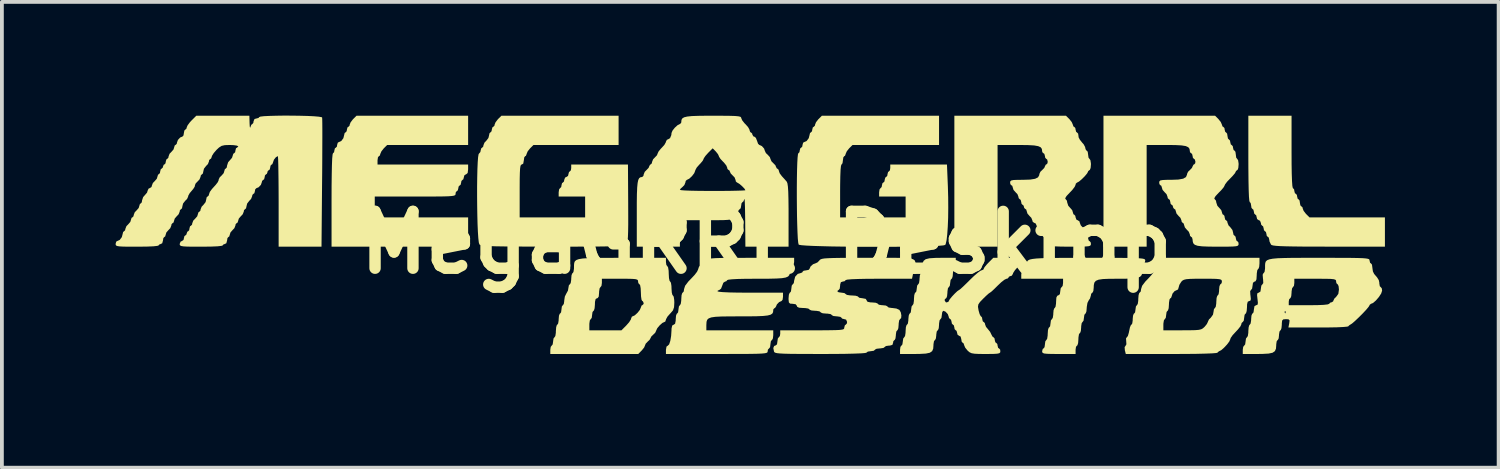
<source format=kicad_pcb>
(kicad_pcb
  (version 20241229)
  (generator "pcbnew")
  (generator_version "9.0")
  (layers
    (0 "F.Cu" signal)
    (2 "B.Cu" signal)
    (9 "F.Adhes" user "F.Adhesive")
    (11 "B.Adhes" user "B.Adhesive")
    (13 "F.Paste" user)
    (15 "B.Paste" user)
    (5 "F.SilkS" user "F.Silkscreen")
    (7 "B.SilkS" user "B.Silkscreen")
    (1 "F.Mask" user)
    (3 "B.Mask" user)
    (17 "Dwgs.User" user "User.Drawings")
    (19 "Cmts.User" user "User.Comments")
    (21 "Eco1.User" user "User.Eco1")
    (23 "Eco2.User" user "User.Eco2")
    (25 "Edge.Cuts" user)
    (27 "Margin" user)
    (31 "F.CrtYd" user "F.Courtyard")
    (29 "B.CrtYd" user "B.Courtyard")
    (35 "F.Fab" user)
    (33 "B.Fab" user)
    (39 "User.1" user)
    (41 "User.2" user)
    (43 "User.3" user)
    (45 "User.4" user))
  (footprint "MegaGRRL Desktop"
    (layer "F.Cu")
    (at 17.166 3.348)
    (property "Reference" "MegaGRRL Desktop" (at 0 0 0) (layer "F.SilkS") (effects (font (size 1.5 1.5) (thickness 0.3))))
    (attr board_only exclude_from_pos_files exclude_from_bom)
    (fp_poly (pts (xy 13.858 -2.389) (xy 13.859 -2.071) (xy 13.863 -1.814) (xy 13.87 -1.621) (xy 13.879 -1.494) (xy 13.891 -1.437) (xy 13.895 -1.434) (xy 13.925 -1.403) (xy 13.931 -1.36) (xy 13.947 -1.3) (xy 13.968 -1.287) (xy 13.998 -1.256) (xy 14.005 -1.213) (xy 14.02 -1.153) (xy 14.042 -1.14) (xy 14.069 -1.108) (xy 14.078 -1.048) (xy 14.091 -0.979) (xy 14.115 -0.956) (xy 14.148 -0.926) (xy 14.152 -0.899) (xy 14.176 -0.836) (xy 14.236 -0.758) (xy 14.242 -0.752) (xy 14.332 -0.662) (xy 15.327 -0.662) (xy 16.321 -0.662) (xy 16.321 -0.276) (xy 16.321 0.11) (xy 14.841 0.109) (xy 14.463 0.108) (xy 14.152 0.107) (xy 13.901 0.104) (xy 13.705 0.1) (xy 13.556 0.095) (xy 13.45 0.088) (xy 13.378 0.079) (xy 13.335 0.068) (xy 13.316 0.055) (xy 13.277 -0.025) (xy 13.27 -0.072) (xy 13.255 -0.133) (xy 13.233 -0.147) (xy 13.203 -0.178) (xy 13.196 -0.221) (xy 13.181 -0.28) (xy 13.159 -0.294) (xy 13.13 -0.325) (xy 13.123 -0.368) (xy 13.107 -0.427) (xy 13.086 -0.441) (xy 13.056 -0.472) (xy 13.049 -0.515) (xy 13.026 -0.574) (xy 12.994 -0.588) (xy 12.949 -0.619) (xy 12.939 -0.662) (xy 12.924 -0.721) (xy 12.902 -0.735) (xy 12.872 -0.766) (xy 12.865 -0.809) (xy 12.85 -0.868) (xy 12.829 -0.882) (xy 12.801 -0.914) (xy 12.792 -0.974) (xy 12.779 -1.043) (xy 12.755 -1.066) (xy 12.744 -1.102) (xy 12.734 -1.21) (xy 12.727 -1.386) (xy 12.722 -1.629) (xy 12.719 -1.936) (xy 12.718 -2.205) (xy 12.718 -3.345) (xy 13.288 -3.345) (xy 13.858 -3.345)) (stroke (width 0) (type solid)) (fill yes) (layer "F.SilkS"))
    (fp_poly (pts (xy -7.866 -2.959) (xy -7.866 -2.573) (xy -8.934 -2.573) (xy -10.002 -2.573) (xy -10.092 -2.483) (xy -10.153 -2.406) (xy -10.182 -2.34) (xy -10.182 -2.336) (xy -10.201 -2.286) (xy -10.219 -2.279) (xy -10.245 -2.247) (xy -10.256 -2.17) (xy -10.256 -2.169) (xy -10.256 -2.058) (xy -9.061 -2.058) (xy -7.866 -2.058) (xy -7.866 -1.93) (xy -7.878 -1.835) (xy -7.916 -1.801) (xy -7.921 -1.801) (xy -7.966 -1.771) (xy -7.977 -1.728) (xy -7.992 -1.668) (xy -8.013 -1.654) (xy -8.043 -1.623) (xy -8.05 -1.581) (xy -8.065 -1.521) (xy -8.087 -1.507) (xy -8.117 -1.476) (xy -8.124 -1.434) (xy -8.139 -1.374) (xy -8.16 -1.36) (xy -8.19 -1.329) (xy -8.197 -1.287) (xy -8.199 -1.265) (xy -8.211 -1.249) (xy -8.241 -1.236) (xy -8.295 -1.227) (xy -8.383 -1.22) (xy -8.512 -1.216) (xy -8.691 -1.214) (xy -8.926 -1.213) (xy -9.226 -1.213) (xy -9.263 -1.213) (xy -10.329 -1.213) (xy -10.329 -0.937) (xy -10.329 -0.662) (xy -9.098 -0.662) (xy -7.866 -0.662) (xy -7.866 -0.276) (xy -7.866 0.11) (xy -9.667 0.11) (xy -11.469 0.11) (xy -11.469 -1.121) (xy -11.468 -1.491) (xy -11.464 -1.798) (xy -11.459 -2.04) (xy -11.452 -2.214) (xy -11.442 -2.319) (xy -11.432 -2.353) (xy -11.402 -2.383) (xy -11.395 -2.426) (xy -11.38 -2.486) (xy -11.358 -2.5) (xy -11.328 -2.53) (xy -11.322 -2.573) (xy -11.305 -2.633) (xy -11.282 -2.647) (xy -11.213 -2.678) (xy -11.157 -2.752) (xy -11.138 -2.828) (xy -11.123 -2.889) (xy -11.101 -2.904) (xy -11.071 -2.935) (xy -11.064 -2.977) (xy -11.049 -3.037) (xy -11.027 -3.051) (xy -10.995 -3.081) (xy -10.991 -3.108) (xy -10.966 -3.171) (xy -10.907 -3.248) (xy -10.901 -3.255) (xy -10.81 -3.345) (xy -9.338 -3.345) (xy -7.866 -3.345)) (stroke (width 0) (type solid)) (fill yes) (layer "F.SilkS"))
    (fp_poly (pts (xy 4.558 -2.959) (xy 4.558 -2.573) (xy 3.417 -2.573) (xy 2.276 -2.573) (xy 2.185 -2.483) (xy 2.124 -2.406) (xy 2.095 -2.34) (xy 2.095 -2.336) (xy 2.076 -2.286) (xy 2.058 -2.279) (xy 2.033 -2.247) (xy 2.022 -2.17) (xy 2.022 -2.169) (xy 2.011 -2.091) (xy 1.985 -2.058) (xy 1.985 -2.058) (xy 1.971 -2.022) (xy 1.96 -1.918) (xy 1.953 -1.748) (xy 1.949 -1.52) (xy 1.948 -1.36) (xy 1.948 -0.662) (xy 2.812 -0.662) (xy 3.676 -0.662) (xy 3.676 -0.937) (xy 3.676 -1.213) (xy 3.327 -1.213) (xy 2.977 -1.213) (xy 2.977 -1.323) (xy 2.988 -1.401) (xy 3.014 -1.434) (xy 3.014 -1.434) (xy 3.044 -1.464) (xy 3.051 -1.507) (xy 3.066 -1.567) (xy 3.088 -1.581) (xy 3.118 -1.611) (xy 3.124 -1.654) (xy 3.14 -1.714) (xy 3.161 -1.728) (xy 3.191 -1.758) (xy 3.198 -1.801) (xy 3.213 -1.861) (xy 3.235 -1.875) (xy 3.262 -1.906) (xy 3.271 -1.967) (xy 3.271 -2.058) (xy 4.019 -2.058) (xy 4.767 -2.058) (xy 4.791 -1.475) (xy 4.799 -1.191) (xy 4.801 -0.913) (xy 4.798 -0.65) (xy 4.788 -0.412) (xy 4.774 -0.212) (xy 4.756 -0.058) (xy 4.734 0.039) (xy 4.72 0.064) (xy 4.672 0.076) (xy 4.559 0.086) (xy 4.39 0.094) (xy 4.173 0.102) (xy 3.917 0.107) (xy 3.63 0.111) (xy 3.32 0.113) (xy 2.997 0.114) (xy 2.668 0.114) (xy 2.342 0.112) (xy 2.028 0.108) (xy 1.734 0.104) (xy 1.468 0.097) (xy 1.24 0.09) (xy 1.057 0.081) (xy 0.928 0.071) (xy 0.861 0.059) (xy 0.855 0.055) (xy 0.843 0.007) (xy 0.832 -0.102) (xy 0.824 -0.262) (xy 0.817 -0.462) (xy 0.811 -0.691) (xy 0.808 -0.939) (xy 0.806 -1.196) (xy 0.806 -1.451) (xy 0.808 -1.693) (xy 0.812 -1.912) (xy 0.818 -2.098) (xy 0.826 -2.241) (xy 0.836 -2.328) (xy 0.845 -2.353) (xy 0.875 -2.383) (xy 0.882 -2.426) (xy 0.898 -2.486) (xy 0.919 -2.5) (xy 0.949 -2.53) (xy 0.956 -2.573) (xy 0.972 -2.633) (xy 0.995 -2.647) (xy 1.064 -2.678) (xy 1.12 -2.752) (xy 1.14 -2.828) (xy 1.154 -2.889) (xy 1.176 -2.904) (xy 1.206 -2.935) (xy 1.213 -2.977) (xy 1.228 -3.037) (xy 1.25 -3.051) (xy 1.282 -3.081) (xy 1.287 -3.108) (xy 1.311 -3.171) (xy 1.37 -3.248) (xy 1.377 -3.255) (xy 1.467 -3.345) (xy 3.013 -3.345) (xy 4.558 -3.345)) (stroke (width 0) (type solid)) (fill yes) (layer "F.SilkS"))
    (fp_poly (pts (xy -3.896 -2.959) (xy -3.896 -2.573) (xy -5.019 -2.573) (xy -6.142 -2.573) (xy -6.232 -2.483) (xy -6.294 -2.406) (xy -6.322 -2.34) (xy -6.322 -2.336) (xy -6.342 -2.286) (xy -6.359 -2.279) (xy -6.385 -2.247) (xy -6.396 -2.17) (xy -6.396 -2.169) (xy -6.412 -2.081) (xy -6.451 -2.058) (xy -6.471 -2.049) (xy -6.485 -2.016) (xy -6.495 -1.949) (xy -6.501 -1.839) (xy -6.505 -1.677) (xy -6.506 -1.455) (xy -6.506 -1.36) (xy -6.506 -0.662) (xy -5.642 -0.662) (xy -4.779 -0.662) (xy -4.779 -0.937) (xy -4.779 -1.213) (xy -5.128 -1.213) (xy -5.477 -1.213) (xy -5.477 -1.323) (xy -5.466 -1.401) (xy -5.441 -1.434) (xy -5.44 -1.434) (xy -5.41 -1.464) (xy -5.403 -1.507) (xy -5.388 -1.567) (xy -5.367 -1.581) (xy -5.337 -1.611) (xy -5.33 -1.654) (xy -5.307 -1.714) (xy -5.275 -1.728) (xy -5.23 -1.758) (xy -5.22 -1.801) (xy -5.204 -1.861) (xy -5.183 -1.875) (xy -5.155 -1.906) (xy -5.146 -1.967) (xy -5.146 -2.058) (xy -4.398 -2.058) (xy -3.649 -2.058) (xy -3.643 -1.028) (xy -3.642 -0.717) (xy -3.642 -0.471) (xy -3.645 -0.284) (xy -3.65 -0.146) (xy -3.658 -0.05) (xy -3.669 0.012) (xy -3.683 0.047) (xy -3.691 0.057) (xy -3.712 0.069) (xy -3.752 0.079) (xy -3.818 0.088) (xy -3.915 0.094) (xy -4.049 0.1) (xy -4.226 0.103) (xy -4.451 0.106) (xy -4.73 0.108) (xy -5.069 0.109) (xy -5.474 0.109) (xy -5.631 0.109) (xy -6.055 0.108) (xy -6.412 0.107) (xy -6.708 0.106) (xy -6.948 0.103) (xy -7.138 0.1) (xy -7.284 0.095) (xy -7.393 0.089) (xy -7.47 0.082) (xy -7.521 0.073) (xy -7.552 0.061) (xy -7.569 0.049) (xy -7.584 -0.003) (xy -7.597 -0.116) (xy -7.608 -0.279) (xy -7.617 -0.482) (xy -7.623 -0.714) (xy -7.627 -0.964) (xy -7.629 -1.221) (xy -7.629 -1.476) (xy -7.626 -1.716) (xy -7.621 -1.932) (xy -7.613 -2.114) (xy -7.603 -2.249) (xy -7.59 -2.328) (xy -7.581 -2.343) (xy -7.543 -2.388) (xy -7.535 -2.429) (xy -7.519 -2.487) (xy -7.499 -2.5) (xy -7.468 -2.53) (xy -7.462 -2.565) (xy -7.434 -2.636) (xy -7.388 -2.683) (xy -7.331 -2.757) (xy -7.315 -2.82) (xy -7.301 -2.885) (xy -7.278 -2.904) (xy -7.248 -2.935) (xy -7.241 -2.977) (xy -7.226 -3.037) (xy -7.205 -3.051) (xy -7.172 -3.081) (xy -7.168 -3.108) (xy -7.143 -3.171) (xy -7.084 -3.248) (xy -7.078 -3.255) (xy -6.987 -3.345) (xy -5.442 -3.345) (xy -3.896 -3.345)) (stroke (width 0) (type solid)) (fill yes) (layer "F.SilkS"))
    (fp_poly (pts (xy 8.861 0.404) (xy 9.166 0.405) (xy 9.412 0.406) (xy 9.603 0.408) (xy 9.748 0.412) (xy 9.852 0.417) (xy 9.922 0.424) (xy 9.966 0.434) (xy 9.988 0.446) (xy 9.997 0.461) (xy 9.998 0.478) (xy 9.983 0.538) (xy 9.962 0.551) (xy 9.939 0.584) (xy 9.926 0.666) (xy 9.925 0.701) (xy 9.921 0.793) (xy 9.903 0.859) (xy 9.861 0.905) (xy 9.784 0.933) (xy 9.663 0.948) (xy 9.487 0.955) (xy 9.281 0.956) (xy 9.05 0.957) (xy 8.881 0.964) (xy 8.766 0.981) (xy 8.694 1.011) (xy 8.656 1.057) (xy 8.641 1.123) (xy 8.638 1.192) (xy 8.629 1.278) (xy 8.607 1.322) (xy 8.601 1.323) (xy 8.571 1.354) (xy 8.565 1.394) (xy 8.54 1.478) (xy 8.51 1.52) (xy 8.473 1.593) (xy 8.455 1.702) (xy 8.454 1.725) (xy 8.446 1.818) (xy 8.426 1.87) (xy 8.418 1.875) (xy 8.392 1.907) (xy 8.381 1.984) (xy 8.381 1.985) (xy 8.37 2.062) (xy 8.345 2.095) (xy 8.344 2.095) (xy 8.321 2.128) (xy 8.308 2.209) (xy 8.307 2.242) (xy 8.299 2.334) (xy 8.279 2.386) (xy 8.271 2.389) (xy 8.249 2.422) (xy 8.236 2.505) (xy 8.234 2.555) (xy 8.227 2.653) (xy 8.208 2.713) (xy 8.197 2.72) (xy 8.171 2.752) (xy 8.16 2.829) (xy 8.16 2.83) (xy 8.16 2.941) (xy 7.719 2.941) (xy 7.533 2.94) (xy 7.408 2.936) (xy 7.332 2.928) (xy 7.294 2.913) (xy 7.28 2.889) (xy 7.278 2.867) (xy 7.294 2.807) (xy 7.315 2.794) (xy 7.341 2.762) (xy 7.352 2.685) (xy 7.352 2.683) (xy 7.362 2.606) (xy 7.388 2.573) (xy 7.388 2.573) (xy 7.41 2.54) (xy 7.423 2.457) (xy 7.425 2.408) (xy 7.432 2.309) (xy 7.451 2.25) (xy 7.462 2.242) (xy 7.488 2.21) (xy 7.499 2.133) (xy 7.499 2.132) (xy 7.509 2.055) (xy 7.535 2.022) (xy 7.535 2.022) (xy 7.558 1.989) (xy 7.571 1.908) (xy 7.572 1.875) (xy 7.58 1.783) (xy 7.601 1.731) (xy 7.609 1.728) (xy 7.631 1.695) (xy 7.644 1.612) (xy 7.646 1.562) (xy 7.653 1.453) (xy 7.677 1.404) (xy 7.701 1.397) (xy 7.745 1.364) (xy 7.756 1.287) (xy 7.767 1.209) (xy 7.792 1.176) (xy 7.793 1.176) (xy 7.819 1.144) (xy 7.83 1.067) (xy 7.83 1.066) (xy 7.83 0.956) (xy 7.278 0.956) (xy 6.727 0.956) (xy 6.727 0.845) (xy 6.737 0.768) (xy 6.763 0.735) (xy 6.764 0.735) (xy 6.796 0.705) (xy 6.8 0.68) (xy 6.82 0.631) (xy 6.837 0.625) (xy 6.869 0.595) (xy 6.874 0.567) (xy 6.875 0.528) (xy 6.885 0.496) (xy 6.908 0.47) (xy 6.952 0.449) (xy 7.022 0.434) (xy 7.126 0.422) (xy 7.269 0.414) (xy 7.459 0.409) (xy 7.7 0.406) (xy 8.001 0.405) (xy 8.367 0.404) (xy 8.489 0.404)) (stroke (width 0) (type solid)) (fill yes) (layer "F.SilkS"))
    (fp_poly (pts (xy 0.735 0.515) (xy 0.719 0.602) (xy 0.68 0.625) (xy 0.637 0.657) (xy 0.625 0.738) (xy 0.622 0.806) (xy 0.608 0.859) (xy 0.575 0.897) (xy 0.512 0.924) (xy 0.413 0.941) (xy 0.268 0.95) (xy 0.068 0.955) (xy -0.195 0.956) (xy -0.255 0.956) (xy -0.534 0.957) (xy -0.755 0.962) (xy -0.913 0.971) (xy -1.006 0.982) (xy -1.029 0.992) (xy -1.059 1.025) (xy -1.085 1.029) (xy -1.133 1.062) (xy -1.163 1.14) (xy -1.193 1.217) (xy -1.235 1.25) (xy -1.236 1.25) (xy -1.282 1.271) (xy -1.287 1.287) (xy -1.25 1.299) (xy -1.144 1.309) (xy -0.971 1.317) (xy -0.735 1.322) (xy -0.439 1.323) (xy -0.423 1.323) (xy 0.441 1.323) (xy 0.441 1.434) (xy 0.43 1.511) (xy 0.402 1.544) (xy 0.402 1.544) (xy 0.339 1.572) (xy 0.28 1.633) (xy 0.257 1.688) (xy 0.231 1.726) (xy 0.221 1.728) (xy 0.188 1.758) (xy 0.184 1.785) (xy 0.179 1.837) (xy 0.158 1.876) (xy 0.113 1.905) (xy 0.035 1.925) (xy -0.084 1.938) (xy -0.253 1.945) (xy -0.481 1.948) (xy -0.698 1.948) (xy -0.975 1.949) (xy -1.187 1.952) (xy -1.342 1.96) (xy -1.451 1.976) (xy -1.52 2.002) (xy -1.559 2.039) (xy -1.576 2.091) (xy -1.58 2.159) (xy -1.581 2.184) (xy -1.581 2.316) (xy -0.698 2.316) (xy 0.184 2.316) (xy 0.184 2.444) (xy 0.175 2.529) (xy 0.152 2.572) (xy 0.147 2.573) (xy 0.121 2.605) (xy 0.11 2.682) (xy 0.11 2.683) (xy 0.1 2.761) (xy 0.074 2.794) (xy 0.074 2.794) (xy 0.044 2.824) (xy 0.037 2.867) (xy 0.035 2.886) (xy 0.025 2.902) (xy -0.001 2.914) (xy -0.049 2.923) (xy -0.127 2.93) (xy -0.241 2.935) (xy -0.399 2.938) (xy -0.607 2.94) (xy -0.873 2.94) (xy -1.203 2.941) (xy -1.305 2.941) (xy -2.647 2.941) (xy -2.647 2.83) (xy -2.632 2.746) (xy -2.596 2.72) (xy -2.562 2.686) (xy -2.532 2.595) (xy -2.51 2.464) (xy -2.5 2.309) (xy -2.5 2.274) (xy -2.482 2.19) (xy -2.444 2.169) (xy -2.406 2.144) (xy -2.39 2.064) (xy -2.389 2.022) (xy -2.381 1.93) (xy -2.361 1.878) (xy -2.353 1.875) (xy -2.327 1.843) (xy -2.316 1.766) (xy -2.316 1.764) (xy -2.305 1.687) (xy -2.279 1.654) (xy -2.279 1.654) (xy -2.257 1.621) (xy -2.244 1.538) (xy -2.242 1.489) (xy -2.235 1.39) (xy -2.216 1.331) (xy -2.205 1.323) (xy -2.178 1.292) (xy -2.169 1.229) (xy -2.141 1.141) (xy -2.055 1.028) (xy -1.985 0.956) (xy -1.893 0.858) (xy -1.827 0.772) (xy -1.801 0.717) (xy -1.801 0.717) (xy -1.777 0.644) (xy -1.721 0.578) (xy -1.665 0.551) (xy -1.622 0.525) (xy -1.581 0.478) (xy -1.563 0.457) (xy -1.538 0.441) (xy -1.497 0.428) (xy -1.433 0.419) (xy -1.337 0.412) (xy -1.201 0.408) (xy -1.018 0.406) (xy -0.78 0.405) (xy -0.478 0.404) (xy -0.396 0.404) (xy 0.735 0.404)) (stroke (width 0) (type solid)) (fill yes) (layer "F.SilkS"))
    (fp_poly (pts (xy 7.997 -3.255) (xy 8.058 -3.178) (xy 8.087 -3.112) (xy 8.087 -3.108) (xy 8.106 -3.058) (xy 8.124 -3.051) (xy 8.153 -3.02) (xy 8.16 -2.977) (xy 8.176 -2.918) (xy 8.197 -2.904) (xy 8.227 -2.873) (xy 8.234 -2.829) (xy 8.241 -2.772) (xy 8.273 -2.712) (xy 8.339 -2.629) (xy 8.372 -2.593) (xy 8.412 -2.519) (xy 8.418 -2.484) (xy 8.437 -2.433) (xy 8.454 -2.426) (xy 8.48 -2.394) (xy 8.491 -2.317) (xy 8.491 -2.316) (xy 8.502 -2.238) (xy 8.527 -2.206) (xy 8.528 -2.205) (xy 8.551 -2.173) (xy 8.564 -2.091) (xy 8.565 -2.058) (xy 8.557 -1.966) (xy 8.536 -1.915) (xy 8.528 -1.911) (xy 8.492 -1.883) (xy 8.491 -1.873) (xy 8.466 -1.825) (xy 8.404 -1.75) (xy 8.325 -1.671) (xy 8.25 -1.608) (xy 8.2 -1.581) (xy 8.198 -1.581) (xy 8.165 -1.551) (xy 8.16 -1.523) (xy 8.135 -1.467) (xy 8.071 -1.384) (xy 8.004 -1.314) (xy 7.921 -1.226) (xy 7.886 -1.167) (xy 7.894 -1.149) (xy 7.931 -1.104) (xy 7.94 -1.053) (xy 7.968 -0.969) (xy 8.013 -0.919) (xy 8.071 -0.853) (xy 8.087 -0.801) (xy 8.104 -0.745) (xy 8.124 -0.735) (xy 8.153 -0.704) (xy 8.16 -0.662) (xy 8.183 -0.602) (xy 8.215 -0.588) (xy 8.262 -0.558) (xy 8.271 -0.523) (xy 8.298 -0.452) (xy 8.344 -0.404) (xy 8.402 -0.33) (xy 8.418 -0.268) (xy 8.431 -0.202) (xy 8.454 -0.184) (xy 8.484 -0.153) (xy 8.491 -0.11) (xy 8.507 -0.051) (xy 8.528 -0.037) (xy 8.558 -0.006) (xy 8.565 0.037) (xy 8.561 0.065) (xy 8.543 0.085) (xy 8.5 0.098) (xy 8.42 0.105) (xy 8.293 0.109) (xy 8.108 0.11) (xy 8.011 0.11) (xy 7.774 0.108) (xy 7.602 0.101) (xy 7.483 0.086) (xy 7.409 0.06) (xy 7.369 0.02) (xy 7.353 -0.035) (xy 7.352 -0.071) (xy 7.337 -0.132) (xy 7.315 -0.147) (xy 7.284 -0.177) (xy 7.278 -0.212) (xy 7.25 -0.284) (xy 7.205 -0.331) (xy 7.147 -0.397) (xy 7.131 -0.449) (xy 7.106 -0.504) (xy 7.076 -0.515) (xy 7.03 -0.545) (xy 7.021 -0.58) (xy 6.993 -0.651) (xy 6.947 -0.698) (xy 6.89 -0.764) (xy 6.874 -0.817) (xy 6.857 -0.872) (xy 6.837 -0.882) (xy 6.804 -0.912) (xy 6.8 -0.937) (xy 6.78 -0.986) (xy 6.764 -0.992) (xy 6.734 -1.023) (xy 6.727 -1.066) (xy 6.711 -1.126) (xy 6.69 -1.14) (xy 6.659 -1.17) (xy 6.653 -1.205) (xy 6.626 -1.276) (xy 6.58 -1.323) (xy 6.522 -1.389) (xy 6.506 -1.442) (xy 6.489 -1.497) (xy 6.469 -1.507) (xy 6.44 -1.538) (xy 6.433 -1.581) (xy 6.438 -1.615) (xy 6.464 -1.637) (xy 6.524 -1.649) (xy 6.632 -1.653) (xy 6.766 -1.654) (xy 6.961 -1.66) (xy 7.092 -1.681) (xy 7.169 -1.719) (xy 7.202 -1.778) (xy 7.205 -1.809) (xy 7.232 -1.867) (xy 7.278 -1.911) (xy 7.335 -1.97) (xy 7.352 -2.011) (xy 7.374 -2.055) (xy 7.388 -2.058) (xy 7.418 -2.089) (xy 7.425 -2.132) (xy 7.41 -2.192) (xy 7.388 -2.205) (xy 7.359 -2.236) (xy 7.352 -2.279) (xy 7.336 -2.339) (xy 7.315 -2.353) (xy 7.283 -2.382) (xy 7.278 -2.41) (xy 7.27 -2.47) (xy 7.238 -2.513) (xy 7.174 -2.542) (xy 7.067 -2.561) (xy 6.908 -2.57) (xy 6.687 -2.573) (xy 6.638 -2.573) (xy 6.102 -2.573) (xy 6.102 -1.231) (xy 6.102 0.11) (xy 5.532 0.11) (xy 4.962 0.11) (xy 4.962 -1.617) (xy 4.962 -3.345) (xy 6.434 -3.345) (xy 7.906 -3.345)) (stroke (width 0) (type solid)) (fill yes) (layer "F.SilkS"))
    (fp_poly (pts (xy 11.93 -3.255) (xy 11.991 -3.178) (xy 12.02 -3.112) (xy 12.02 -3.108) (xy 12.039 -3.058) (xy 12.057 -3.051) (xy 12.087 -3.02) (xy 12.093 -2.977) (xy 12.109 -2.918) (xy 12.13 -2.904) (xy 12.158 -2.872) (xy 12.167 -2.812) (xy 12.18 -2.743) (xy 12.204 -2.72) (xy 12.234 -2.689) (xy 12.241 -2.647) (xy 12.256 -2.587) (xy 12.277 -2.573) (xy 12.307 -2.542) (xy 12.314 -2.5) (xy 12.329 -2.44) (xy 12.351 -2.426) (xy 12.377 -2.394) (xy 12.388 -2.317) (xy 12.388 -2.316) (xy 12.398 -2.238) (xy 12.424 -2.206) (xy 12.424 -2.205) (xy 12.447 -2.173) (xy 12.46 -2.091) (xy 12.461 -2.058) (xy 12.453 -1.966) (xy 12.433 -1.915) (xy 12.424 -1.911) (xy 12.389 -1.883) (xy 12.388 -1.872) (xy 12.363 -1.826) (xy 12.299 -1.751) (xy 12.241 -1.691) (xy 12.159 -1.606) (xy 12.106 -1.536) (xy 12.093 -1.507) (xy 12.069 -1.46) (xy 12.005 -1.383) (xy 11.937 -1.314) (xy 11.854 -1.226) (xy 11.819 -1.167) (xy 11.827 -1.149) (xy 11.864 -1.104) (xy 11.873 -1.053) (xy 11.901 -0.969) (xy 11.946 -0.919) (xy 12.004 -0.853) (xy 12.02 -0.801) (xy 12.037 -0.745) (xy 12.057 -0.735) (xy 12.087 -0.704) (xy 12.093 -0.662) (xy 12.109 -0.602) (xy 12.13 -0.588) (xy 12.161 -0.558) (xy 12.167 -0.523) (xy 12.195 -0.452) (xy 12.241 -0.404) (xy 12.298 -0.33) (xy 12.314 -0.268) (xy 12.328 -0.202) (xy 12.351 -0.184) (xy 12.381 -0.153) (xy 12.388 -0.11) (xy 12.403 -0.051) (xy 12.424 -0.037) (xy 12.454 -0.006) (xy 12.461 0.037) (xy 12.457 0.065) (xy 12.439 0.085) (xy 12.396 0.098) (xy 12.316 0.105) (xy 12.189 0.109) (xy 12.005 0.11) (xy 11.907 0.11) (xy 11.671 0.108) (xy 11.498 0.101) (xy 11.379 0.086) (xy 11.305 0.06) (xy 11.265 0.02) (xy 11.25 -0.035) (xy 11.248 -0.071) (xy 11.233 -0.132) (xy 11.211 -0.147) (xy 11.18 -0.177) (xy 11.175 -0.212) (xy 11.147 -0.284) (xy 11.101 -0.331) (xy 11.044 -0.397) (xy 11.027 -0.449) (xy 11.01 -0.504) (xy 10.991 -0.515) (xy 10.96 -0.545) (xy 10.954 -0.58) (xy 10.926 -0.651) (xy 10.88 -0.698) (xy 10.823 -0.764) (xy 10.807 -0.817) (xy 10.79 -0.872) (xy 10.77 -0.882) (xy 10.738 -0.912) (xy 10.733 -0.937) (xy 10.714 -0.986) (xy 10.697 -0.992) (xy 10.667 -1.023) (xy 10.66 -1.066) (xy 10.645 -1.126) (xy 10.623 -1.14) (xy 10.592 -1.17) (xy 10.586 -1.205) (xy 10.559 -1.276) (xy 10.513 -1.323) (xy 10.455 -1.389) (xy 10.439 -1.442) (xy 10.422 -1.497) (xy 10.403 -1.507) (xy 10.373 -1.538) (xy 10.366 -1.581) (xy 10.372 -1.616) (xy 10.398 -1.638) (xy 10.461 -1.649) (xy 10.573 -1.654) (xy 10.681 -1.654) (xy 10.872 -1.661) (xy 10.999 -1.684) (xy 11.072 -1.726) (xy 11.1 -1.79) (xy 11.101 -1.809) (xy 11.128 -1.867) (xy 11.175 -1.911) (xy 11.231 -1.97) (xy 11.248 -2.011) (xy 11.271 -2.055) (xy 11.285 -2.058) (xy 11.315 -2.089) (xy 11.322 -2.132) (xy 11.306 -2.192) (xy 11.285 -2.205) (xy 11.255 -2.236) (xy 11.248 -2.279) (xy 11.233 -2.339) (xy 11.211 -2.353) (xy 11.179 -2.382) (xy 11.175 -2.41) (xy 11.166 -2.471) (xy 11.133 -2.514) (xy 11.067 -2.544) (xy 10.957 -2.562) (xy 10.793 -2.571) (xy 10.567 -2.573) (xy 10.552 -2.573) (xy 10.035 -2.573) (xy 10.035 -1.231) (xy 10.035 0.11) (xy 9.465 0.11) (xy 8.896 0.11) (xy 8.896 -1.617) (xy 8.896 -3.345) (xy 10.368 -3.345) (xy 11.84 -3.345)) (stroke (width 0) (type solid)) (fill yes) (layer "F.SilkS"))
    (fp_poly (pts (xy -3.807 0.404) (xy -2.647 0.404) (xy -2.647 0.515) (xy -2.636 0.592) (xy -2.61 0.625) (xy -2.61 0.625) (xy -2.59 0.658) (xy -2.576 0.744) (xy -2.573 0.827) (xy -2.567 0.938) (xy -2.551 1.011) (xy -2.536 1.029) (xy -2.515 1.062) (xy -2.502 1.147) (xy -2.5 1.213) (xy -2.493 1.318) (xy -2.476 1.384) (xy -2.463 1.397) (xy -2.442 1.43) (xy -2.429 1.515) (xy -2.426 1.584) (xy -2.433 1.707) (xy -2.461 1.789) (xy -2.524 1.863) (xy -2.536 1.875) (xy -2.606 1.954) (xy -2.644 2.023) (xy -2.647 2.036) (xy -2.666 2.088) (xy -2.685 2.095) (xy -2.741 2.122) (xy -2.813 2.186) (xy -2.875 2.26) (xy -2.904 2.321) (xy -2.904 2.324) (xy -2.931 2.382) (xy -2.977 2.426) (xy -3.034 2.481) (xy -3.051 2.518) (xy -3.078 2.567) (xy -3.124 2.61) (xy -3.181 2.669) (xy -3.198 2.712) (xy -3.222 2.769) (xy -3.281 2.843) (xy -3.288 2.85) (xy -3.378 2.941) (xy -4.538 2.941) (xy -5.698 2.941) (xy -5.698 2.83) (xy -5.687 2.753) (xy -5.661 2.72) (xy -5.661 2.72) (xy -5.635 2.688) (xy -5.624 2.611) (xy -5.624 2.61) (xy -5.613 2.532) (xy -5.588 2.5) (xy -5.587 2.5) (xy -5.565 2.467) (xy -5.552 2.384) (xy -5.551 2.334) (xy -5.549 2.316) (xy -4.668 2.316) (xy -4.244 2.316) (xy -3.82 2.316) (xy -3.693 2.188) (xy -3.618 2.103) (xy -3.572 2.029) (xy -3.566 2.005) (xy -3.545 1.955) (xy -3.527 1.948) (xy -3.469 1.921) (xy -3.397 1.855) (xy -3.336 1.778) (xy -3.308 1.713) (xy -3.308 1.711) (xy -3.289 1.661) (xy -3.271 1.654) (xy -3.239 1.624) (xy -3.235 1.599) (xy -3.255 1.55) (xy -3.271 1.544) (xy -3.291 1.51) (xy -3.304 1.423) (xy -3.308 1.323) (xy -3.314 1.206) (xy -3.328 1.126) (xy -3.345 1.103) (xy -3.375 1.072) (xy -3.382 1.029) (xy -3.386 0.999) (xy -3.406 0.979) (xy -3.453 0.966) (xy -3.54 0.959) (xy -3.678 0.956) (xy -3.86 0.956) (xy -4.337 0.956) (xy -4.337 1.066) (xy -4.348 1.143) (xy -4.374 1.176) (xy -4.374 1.176) (xy -4.397 1.209) (xy -4.41 1.29) (xy -4.411 1.323) (xy -4.42 1.426) (xy -4.45 1.468) (xy -4.466 1.47) (xy -4.502 1.492) (xy -4.519 1.566) (xy -4.521 1.636) (xy -4.529 1.734) (xy -4.547 1.794) (xy -4.558 1.801) (xy -4.584 1.833) (xy -4.595 1.91) (xy -4.595 1.911) (xy -4.605 1.989) (xy -4.631 2.022) (xy -4.632 2.022) (xy -4.655 2.054) (xy -4.667 2.136) (xy -4.668 2.169) (xy -4.668 2.316) (xy -5.549 2.316) (xy -5.543 2.236) (xy -5.525 2.176) (xy -5.514 2.169) (xy -5.491 2.136) (xy -5.478 2.055) (xy -5.477 2.022) (xy -5.469 1.93) (xy -5.448 1.878) (xy -5.44 1.875) (xy -5.414 1.843) (xy -5.403 1.766) (xy -5.403 1.764) (xy -5.393 1.687) (xy -5.367 1.654) (xy -5.367 1.654) (xy -5.342 1.622) (xy -5.33 1.543) (xy -5.33 1.528) (xy -5.314 1.425) (xy -5.277 1.349) (xy -5.275 1.347) (xy -5.232 1.268) (xy -5.22 1.197) (xy -5.207 1.127) (xy -5.183 1.103) (xy -5.16 1.07) (xy -5.147 0.989) (xy -5.146 0.956) (xy -5.138 0.864) (xy -5.118 0.812) (xy -5.109 0.809) (xy -5.087 0.776) (xy -5.074 0.694) (xy -5.073 0.659) (xy -5.072 0.591) (xy -5.066 0.536) (xy -5.048 0.493) (xy -5.009 0.461) (xy -4.944 0.438) (xy -4.844 0.422) (xy -4.702 0.412) (xy -4.512 0.407) (xy -4.265 0.405) (xy -3.955 0.404)) (stroke (width 0) (type solid)) (fill yes) (layer "F.SilkS"))
    (fp_poly (pts (xy 13.012 0.551) (xy 13.004 0.643) (xy 12.984 0.695) (xy 12.976 0.698) (xy 12.954 0.731) (xy 12.941 0.814) (xy 12.939 0.864) (xy 12.932 0.973) (xy 12.907 1.023) (xy 12.884 1.029) (xy 12.84 1.062) (xy 12.829 1.14) (xy 12.817 1.217) (xy 12.789 1.25) (xy 12.789 1.25) (xy 12.766 1.283) (xy 12.771 1.382) (xy 12.774 1.397) (xy 12.784 1.493) (xy 12.771 1.535) (xy 12.74 1.544) (xy 12.702 1.562) (xy 12.685 1.628) (xy 12.682 1.709) (xy 12.674 1.808) (xy 12.656 1.867) (xy 12.645 1.875) (xy 12.619 1.907) (xy 12.608 1.984) (xy 12.608 1.985) (xy 12.597 2.062) (xy 12.572 2.095) (xy 12.571 2.095) (xy 12.539 2.125) (xy 12.535 2.153) (xy 12.51 2.21) (xy 12.445 2.292) (xy 12.388 2.353) (xy 12.306 2.441) (xy 12.252 2.518) (xy 12.241 2.553) (xy 12.216 2.611) (xy 12.154 2.693) (xy 12.075 2.777) (xy 12 2.842) (xy 11.948 2.867) (xy 11.911 2.894) (xy 11.91 2.904) (xy 11.873 2.915) (xy 11.766 2.924) (xy 11.589 2.931) (xy 11.344 2.937) (xy 11.035 2.94) (xy 10.697 2.941) (xy 9.485 2.941) (xy 9.46 2.842) (xy 9.454 2.759) (xy 9.476 2.729) (xy 9.501 2.685) (xy 9.496 2.607) (xy 9.491 2.529) (xy 9.512 2.5) (xy 9.539 2.467) (xy 9.564 2.384) (xy 9.574 2.334) (xy 9.578 2.316) (xy 10.476 2.316) (xy 10.974 2.316) (xy 11.175 2.315) (xy 11.316 2.312) (xy 11.411 2.304) (xy 11.474 2.289) (xy 11.518 2.265) (xy 11.557 2.23) (xy 11.562 2.226) (xy 11.623 2.151) (xy 11.652 2.091) (xy 11.652 2.087) (xy 11.68 2.029) (xy 11.726 1.985) (xy 11.785 1.903) (xy 11.799 1.83) (xy 11.811 1.756) (xy 11.836 1.728) (xy 11.858 1.695) (xy 11.871 1.612) (xy 11.873 1.562) (xy 11.88 1.464) (xy 11.899 1.404) (xy 11.91 1.397) (xy 11.933 1.364) (xy 11.946 1.283) (xy 11.946 1.25) (xy 11.955 1.158) (xy 11.975 1.106) (xy 11.983 1.103) (xy 12.013 1.072) (xy 12.02 1.029) (xy 12.016 1) (xy 11.997 0.98) (xy 11.951 0.967) (xy 11.866 0.959) (xy 11.732 0.956) (xy 11.536 0.956) (xy 11.519 0.956) (xy 11.316 0.956) (xy 11.174 0.96) (xy 11.08 0.968) (xy 11.019 0.983) (xy 10.979 1.005) (xy 10.949 1.035) (xy 10.898 1.117) (xy 10.88 1.182) (xy 10.863 1.238) (xy 10.841 1.25) (xy 10.775 1.28) (xy 10.717 1.348) (xy 10.697 1.413) (xy 10.678 1.463) (xy 10.66 1.47) (xy 10.638 1.503) (xy 10.625 1.586) (xy 10.623 1.636) (xy 10.616 1.734) (xy 10.597 1.794) (xy 10.586 1.801) (xy 10.561 1.833) (xy 10.55 1.91) (xy 10.55 1.911) (xy 10.539 1.989) (xy 10.513 2.022) (xy 10.513 2.022) (xy 10.49 2.054) (xy 10.477 2.136) (xy 10.476 2.169) (xy 10.476 2.316) (xy 9.578 2.316) (xy 9.595 2.236) (xy 9.621 2.176) (xy 9.633 2.169) (xy 9.655 2.136) (xy 9.667 2.055) (xy 9.667 2.022) (xy 9.676 1.93) (xy 9.696 1.878) (xy 9.704 1.875) (xy 9.73 1.843) (xy 9.741 1.766) (xy 9.741 1.764) (xy 9.752 1.687) (xy 9.777 1.654) (xy 9.778 1.654) (xy 9.8 1.621) (xy 9.813 1.538) (xy 9.814 1.489) (xy 9.822 1.39) (xy 9.84 1.331) (xy 9.851 1.323) (xy 9.879 1.292) (xy 9.888 1.229) (xy 9.916 1.141) (xy 10.002 1.028) (xy 10.072 0.956) (xy 10.167 0.852) (xy 10.233 0.76) (xy 10.256 0.701) (xy 10.272 0.64) (xy 10.296 0.625) (xy 10.345 0.6) (xy 10.416 0.538) (xy 10.439 0.515) (xy 10.542 0.404) (xy 11.777 0.404) (xy 13.012 0.404)) (stroke (width 0) (type solid)) (fill yes) (layer "F.SilkS"))
    (fp_poly (pts (xy 14.59 0.404) (xy 14.937 0.404) (xy 15.218 0.405) (xy 15.439 0.406) (xy 15.607 0.409) (xy 15.731 0.413) (xy 15.816 0.42) (xy 15.87 0.429) (xy 15.9 0.44) (xy 15.913 0.455) (xy 15.916 0.474) (xy 15.916 0.478) (xy 15.932 0.538) (xy 15.953 0.551) (xy 15.979 0.583) (xy 15.99 0.661) (xy 15.99 0.664) (xy 16.004 0.762) (xy 16.036 0.828) (xy 16.117 0.924) (xy 16.159 0.992) (xy 16.173 1.055) (xy 16.174 1.083) (xy 16.186 1.153) (xy 16.21 1.176) (xy 16.238 1.208) (xy 16.247 1.269) (xy 16.223 1.344) (xy 16.163 1.437) (xy 16.084 1.529) (xy 16.007 1.596) (xy 15.954 1.617) (xy 15.918 1.645) (xy 15.916 1.655) (xy 15.891 1.697) (xy 15.826 1.775) (xy 15.735 1.872) (xy 15.633 1.974) (xy 15.535 2.067) (xy 15.454 2.137) (xy 15.406 2.168) (xy 15.402 2.169) (xy 15.366 2.196) (xy 15.365 2.205) (xy 15.329 2.219) (xy 15.223 2.229) (xy 15.052 2.237) (xy 14.818 2.241) (xy 14.57 2.242) (xy 13.775 2.242) (xy 13.797 2.132) (xy 13.806 2.055) (xy 13.777 2.026) (xy 13.71 2.022) (xy 13.64 2.028) (xy 13.609 2.059) (xy 13.601 2.138) (xy 13.601 2.169) (xy 13.592 2.261) (xy 13.572 2.312) (xy 13.564 2.316) (xy 13.54 2.348) (xy 13.527 2.428) (xy 13.527 2.444) (xy 13.518 2.529) (xy 13.495 2.572) (xy 13.49 2.573) (xy 13.466 2.605) (xy 13.454 2.685) (xy 13.454 2.704) (xy 13.447 2.8) (xy 13.418 2.866) (xy 13.357 2.908) (xy 13.253 2.93) (xy 13.093 2.939) (xy 12.96 2.941) (xy 12.571 2.941) (xy 12.571 2.83) (xy 12.582 2.753) (xy 12.608 2.72) (xy 12.608 2.72) (xy 12.634 2.688) (xy 12.645 2.611) (xy 12.645 2.61) (xy 12.656 2.532) (xy 12.681 2.5) (xy 12.682 2.5) (xy 12.704 2.467) (xy 12.717 2.384) (xy 12.718 2.334) (xy 12.726 2.236) (xy 12.744 2.176) (xy 12.755 2.169) (xy 12.778 2.136) (xy 12.791 2.055) (xy 12.792 2.022) (xy 12.8 1.93) (xy 12.82 1.878) (xy 12.829 1.875) (xy 12.854 1.843) (xy 12.855 1.838) (xy 13.674 1.838) (xy 13.688 1.868) (xy 13.699 1.862) (xy 13.703 1.819) (xy 13.699 1.813) (xy 13.677 1.818) (xy 13.674 1.838) (xy 12.855 1.838) (xy 12.865 1.766) (xy 12.865 1.764) (xy 12.88 1.679) (xy 12.925 1.654) (xy 13.784 1.654) (xy 14.317 1.654) (xy 14.537 1.652) (xy 14.704 1.645) (xy 14.81 1.633) (xy 14.85 1.618) (xy 14.85 1.617) (xy 14.88 1.585) (xy 14.905 1.581) (xy 14.954 1.555) (xy 14.961 1.534) (xy 14.988 1.478) (xy 15.034 1.434) (xy 15.092 1.355) (xy 15.108 1.242) (xy 15.099 1.153) (xy 15.078 1.105) (xy 15.071 1.103) (xy 15.041 1.072) (xy 15.034 1.029) (xy 15.031 1.001) (xy 15.012 0.981) (xy 14.969 0.968) (xy 14.889 0.96) (xy 14.762 0.957) (xy 14.576 0.956) (xy 14.483 0.956) (xy 13.931 0.956) (xy 13.931 1.066) (xy 13.921 1.143) (xy 13.895 1.176) (xy 13.895 1.176) (xy 13.872 1.209) (xy 13.859 1.29) (xy 13.858 1.323) (xy 13.85 1.415) (xy 13.829 1.467) (xy 13.821 1.47) (xy 13.793 1.502) (xy 13.784 1.562) (xy 13.784 1.654) (xy 12.925 1.654) (xy 12.96 1.642) (xy 12.97 1.595) (xy 12.96 1.495) (xy 12.959 1.489) (xy 12.948 1.385) (xy 12.958 1.336) (xy 12.992 1.323) (xy 13.037 1.294) (xy 13.049 1.213) (xy 13.061 1.136) (xy 13.089 1.103) (xy 13.089 1.103) (xy 13.112 1.069) (xy 13.107 0.971) (xy 13.104 0.956) (xy 13.096 0.85) (xy 13.116 0.809) (xy 13.119 0.809) (xy 13.145 0.776) (xy 13.158 0.693) (xy 13.159 0.659) (xy 13.159 0.595) (xy 13.164 0.542) (xy 13.179 0.5) (xy 13.213 0.468) (xy 13.272 0.444) (xy 13.362 0.427) (xy 13.49 0.415) (xy 13.664 0.409) (xy 13.889 0.405) (xy 14.174 0.404) (xy 14.524 0.404)) (stroke (width 0) (type solid)) (fill yes) (layer "F.SilkS"))
    (fp_poly (pts (xy -1.147 -3.344) (xy -0.959 -3.342) (xy -0.826 -3.338) (xy -0.739 -3.33) (xy -0.688 -3.319) (xy -0.666 -3.303) (xy -0.662 -3.286) (xy -0.636 -3.225) (xy -0.574 -3.146) (xy -0.551 -3.124) (xy -0.481 -3.046) (xy -0.443 -2.977) (xy -0.441 -2.963) (xy -0.422 -2.911) (xy -0.404 -2.904) (xy -0.372 -2.874) (xy -0.368 -2.849) (xy -0.341 -2.8) (xy -0.317 -2.794) (xy -0.275 -2.762) (xy -0.245 -2.685) (xy -0.244 -2.683) (xy -0.217 -2.606) (xy -0.183 -2.573) (xy -0.182 -2.573) (xy -0.116 -2.544) (xy -0.058 -2.479) (xy -0.037 -2.418) (xy -0.01 -2.36) (xy 0.037 -2.316) (xy 0.094 -2.253) (xy 0.11 -2.205) (xy 0.138 -2.141) (xy 0.184 -2.095) (xy 0.241 -2.037) (xy 0.257 -1.995) (xy 0.28 -1.952) (xy 0.294 -1.948) (xy 0.326 -1.918) (xy 0.331 -1.891) (xy 0.354 -1.826) (xy 0.412 -1.748) (xy 0.414 -1.746) (xy 0.487 -1.666) (xy 0.542 -1.602) (xy 0.558 -1.56) (xy 0.571 -1.474) (xy 0.58 -1.336) (xy 0.585 -1.141) (xy 0.588 -0.883) (xy 0.588 -0.718) (xy 0.588 0.11) (xy 0.018 0.11) (xy -0.551 0.11) (xy -0.556 -0.561) (xy -0.559 -0.767) (xy -0.562 -0.938) (xy -0.567 -1.066) (xy -0.572 -1.139) (xy -0.577 -1.15) (xy -0.577 -1.149) (xy -0.603 -1.084) (xy -0.627 -1.066) (xy -0.653 -1.035) (xy -0.662 -0.974) (xy -0.674 -0.905) (xy -0.698 -0.882) (xy -0.731 -0.852) (xy -0.735 -0.825) (xy -0.76 -0.762) (xy -0.819 -0.685) (xy -0.825 -0.678) (xy -0.859 -0.647) (xy -0.895 -0.623) (xy -0.944 -0.607) (xy -1.018 -0.597) (xy -1.128 -0.591) (xy -1.284 -0.589) (xy -1.499 -0.588) (xy -1.597 -0.588) (xy -2.279 -0.588) (xy -2.279 -0.239) (xy -2.279 0.11) (xy -2.847 0.11) (xy -3.416 0.11) (xy -3.416 -0.757) (xy -3.416 -1.05) (xy -3.413 -1.279) (xy -3.408 -1.389) (xy -2.279 -1.389) (xy -2.244 -1.381) (xy -2.146 -1.373) (xy -1.994 -1.367) (xy -1.799 -1.363) (xy -1.572 -1.361) (xy -1.415 -1.36) (xy -1.172 -1.361) (xy -0.955 -1.363) (xy -0.775 -1.367) (xy -0.642 -1.371) (xy -0.566 -1.376) (xy -0.551 -1.38) (xy -0.577 -1.423) (xy -0.638 -1.486) (xy -0.708 -1.546) (xy -0.762 -1.579) (xy -0.77 -1.581) (xy -0.803 -1.611) (xy -0.809 -1.646) (xy -0.836 -1.717) (xy -0.882 -1.764) (xy -0.939 -1.823) (xy -0.956 -1.864) (xy -0.978 -1.908) (xy -0.992 -1.911) (xy -1.025 -1.941) (xy -1.029 -1.97) (xy -1.054 -2.031) (xy -1.117 -2.11) (xy -1.14 -2.132) (xy -1.209 -2.206) (xy -1.247 -2.265) (xy -1.25 -2.277) (xy -1.274 -2.33) (xy -1.331 -2.401) (xy -1.332 -2.402) (xy -1.414 -2.485) (xy -1.534 -2.365) (xy -1.606 -2.284) (xy -1.649 -2.22) (xy -1.654 -2.203) (xy -1.679 -2.154) (xy -1.741 -2.081) (xy -1.764 -2.058) (xy -1.834 -1.979) (xy -1.872 -1.909) (xy -1.875 -1.895) (xy -1.9 -1.83) (xy -1.96 -1.751) (xy -2.032 -1.684) (xy -2.092 -1.654) (xy -2.094 -1.654) (xy -2.126 -1.624) (xy -2.132 -1.589) (xy -2.16 -1.518) (xy -2.205 -1.47) (xy -2.262 -1.419) (xy -2.279 -1.389) (xy -3.408 -1.389) (xy -3.406 -1.449) (xy -3.394 -1.571) (xy -3.377 -1.651) (xy -3.352 -1.699) (xy -3.319 -1.722) (xy -3.276 -1.728) (xy -3.274 -1.728) (xy -3.241 -1.758) (xy -3.235 -1.793) (xy -3.207 -1.864) (xy -3.161 -1.911) (xy -3.104 -1.97) (xy -3.088 -2.011) (xy -3.065 -2.055) (xy -3.051 -2.058) (xy -3.02 -2.089) (xy -3.014 -2.124) (xy -2.986 -2.195) (xy -2.941 -2.242) (xy -2.884 -2.302) (xy -2.867 -2.346) (xy -2.842 -2.401) (xy -2.78 -2.477) (xy -2.757 -2.5) (xy -2.687 -2.578) (xy -2.649 -2.647) (xy -2.647 -2.661) (xy -2.621 -2.712) (xy -2.595 -2.72) (xy -2.539 -2.753) (xy -2.505 -2.836) (xy -2.5 -2.89) (xy -2.474 -2.952) (xy -2.414 -3.028) (xy -2.342 -3.094) (xy -2.283 -3.124) (xy -2.281 -3.124) (xy -2.247 -3.154) (xy -2.242 -3.182) (xy -2.237 -3.235) (xy -2.215 -3.274) (xy -2.168 -3.303) (xy -2.086 -3.323) (xy -1.962 -3.336) (xy -1.786 -3.342) (xy -1.551 -3.345) (xy -1.399 -3.345)) (stroke (width 0) (type solid)) (fill yes) (layer "F.SilkS"))
    (fp_poly (pts (xy 3.521 0.405) (xy 3.682 0.411) (xy 3.797 0.422) (xy 3.872 0.441) (xy 3.915 0.47) (xy 3.932 0.511) (xy 3.929 0.565) (xy 3.914 0.634) (xy 3.893 0.721) (xy 3.889 0.742) (xy 3.845 0.956) (xy 2.97 0.956) (xy 2.669 0.957) (xy 2.428 0.962) (xy 2.249 0.969) (xy 2.137 0.979) (xy 2.095 0.991) (xy 2.095 0.992) (xy 2.064 1.022) (xy 2.022 1.029) (xy 1.968 1.047) (xy 1.949 1.111) (xy 1.948 1.14) (xy 1.938 1.217) (xy 1.912 1.25) (xy 1.911 1.25) (xy 1.876 1.278) (xy 1.875 1.287) (xy 1.907 1.312) (xy 1.984 1.323) (xy 1.985 1.323) (xy 2.062 1.334) (xy 2.095 1.36) (xy 2.095 1.36) (xy 2.128 1.382) (xy 2.211 1.395) (xy 2.261 1.397) (xy 2.359 1.404) (xy 2.418 1.423) (xy 2.426 1.434) (xy 2.458 1.459) (xy 2.535 1.47) (xy 2.536 1.47) (xy 2.624 1.487) (xy 2.647 1.525) (xy 2.671 1.564) (xy 2.751 1.58) (xy 2.794 1.581) (xy 2.886 1.589) (xy 2.937 1.609) (xy 2.941 1.617) (xy 2.973 1.642) (xy 3.052 1.654) (xy 3.069 1.654) (xy 3.154 1.663) (xy 3.197 1.686) (xy 3.198 1.691) (xy 3.23 1.715) (xy 3.31 1.727) (xy 3.329 1.728) (xy 3.433 1.742) (xy 3.509 1.776) (xy 3.513 1.78) (xy 3.549 1.843) (xy 3.564 1.924) (xy 3.558 1.993) (xy 3.529 2.022) (xy 3.506 2.054) (xy 3.493 2.136) (xy 3.492 2.169) (xy 3.484 2.261) (xy 3.464 2.312) (xy 3.455 2.316) (xy 3.431 2.348) (xy 3.419 2.428) (xy 3.419 2.444) (xy 3.409 2.529) (xy 3.387 2.572) (xy 3.382 2.573) (xy 3.352 2.604) (xy 3.345 2.647) (xy 3.328 2.7) (xy 3.263 2.719) (xy 3.235 2.72) (xy 3.157 2.731) (xy 3.124 2.756) (xy 3.124 2.757) (xy 3.092 2.781) (xy 3.013 2.793) (xy 2.996 2.794) (xy 2.911 2.803) (xy 2.868 2.826) (xy 2.867 2.83) (xy 2.835 2.856) (xy 2.758 2.867) (xy 2.757 2.867) (xy 2.679 2.878) (xy 2.647 2.903) (xy 2.647 2.904) (xy 2.61 2.915) (xy 2.502 2.924) (xy 2.326 2.931) (xy 2.081 2.937) (xy 1.772 2.94) (xy 1.438 2.941) (xy 1.104 2.94) (xy 0.837 2.939) (xy 0.629 2.937) (xy 0.472 2.933) (xy 0.359 2.927) (xy 0.284 2.919) (xy 0.238 2.908) (xy 0.214 2.894) (xy 0.206 2.883) (xy 0.185 2.784) (xy 0.209 2.728) (xy 0.239 2.72) (xy 0.283 2.687) (xy 0.294 2.61) (xy 0.305 2.532) (xy 0.33 2.5) (xy 0.331 2.5) (xy 0.358 2.468) (xy 0.368 2.408) (xy 0.368 2.316) (xy 1.213 2.316) (xy 1.483 2.316) (xy 1.689 2.314) (xy 1.838 2.311) (xy 1.941 2.306) (xy 2.006 2.297) (xy 2.041 2.285) (xy 2.055 2.267) (xy 2.058 2.244) (xy 2.058 2.242) (xy 2.074 2.183) (xy 2.095 2.169) (xy 2.125 2.138) (xy 2.132 2.095) (xy 2.106 2.034) (xy 2.058 2.022) (xy 1.999 2.006) (xy 1.985 1.985) (xy 1.953 1.961) (xy 1.873 1.949) (xy 1.856 1.948) (xy 1.771 1.939) (xy 1.729 1.916) (xy 1.728 1.911) (xy 1.695 1.888) (xy 1.614 1.876) (xy 1.581 1.875) (xy 1.489 1.867) (xy 1.437 1.846) (xy 1.434 1.838) (xy 1.401 1.815) (xy 1.319 1.802) (xy 1.287 1.801) (xy 1.194 1.793) (xy 1.143 1.773) (xy 1.14 1.764) (xy 1.107 1.742) (xy 1.024 1.729) (xy 0.974 1.728) (xy 0.865 1.72) (xy 0.815 1.696) (xy 0.809 1.673) (xy 0.776 1.629) (xy 0.698 1.617) (xy 0.628 1.612) (xy 0.596 1.58) (xy 0.588 1.502) (xy 0.588 1.47) (xy 0.596 1.378) (xy 0.617 1.327) (xy 0.625 1.323) (xy 0.651 1.291) (xy 0.662 1.214) (xy 0.662 1.213) (xy 0.672 1.136) (xy 0.698 1.103) (xy 0.698 1.103) (xy 0.726 1.071) (xy 0.735 1.008) (xy 0.762 0.902) (xy 0.83 0.828) (xy 0.898 0.809) (xy 0.949 0.79) (xy 0.956 0.772) (xy 0.987 0.744) (xy 1.048 0.735) (xy 1.117 0.722) (xy 1.14 0.696) (xy 1.169 0.631) (xy 1.234 0.573) (xy 1.294 0.551) (xy 1.352 0.524) (xy 1.397 0.478) (xy 1.414 0.458) (xy 1.438 0.442) (xy 1.476 0.43) (xy 1.538 0.42) (xy 1.629 0.414) (xy 1.758 0.409) (xy 1.932 0.406) (xy 2.159 0.405) (xy 2.446 0.404) (xy 2.691 0.404) (xy 3.032 0.404) (xy 3.307 0.403)) (stroke (width 0) (type solid)) (fill yes) (layer "F.SilkS"))
    (fp_poly (pts (xy 4.999 0.515) (xy 4.988 0.592) (xy 4.963 0.625) (xy 4.962 0.625) (xy 4.94 0.658) (xy 4.927 0.741) (xy 4.926 0.79) (xy 4.918 0.889) (xy 4.9 0.948) (xy 4.889 0.956) (xy 4.863 0.988) (xy 4.852 1.065) (xy 4.852 1.066) (xy 4.841 1.143) (xy 4.816 1.176) (xy 4.815 1.176) (xy 4.792 1.209) (xy 4.78 1.29) (xy 4.779 1.323) (xy 4.77 1.415) (xy 4.75 1.467) (xy 4.742 1.47) (xy 4.709 1.5) (xy 4.705 1.525) (xy 4.734 1.574) (xy 4.76 1.581) (xy 4.809 1.56) (xy 4.815 1.543) (xy 4.839 1.499) (xy 4.898 1.427) (xy 4.972 1.348) (xy 5.042 1.282) (xy 5.088 1.25) (xy 5.092 1.25) (xy 5.125 1.225) (xy 5.197 1.159) (xy 5.296 1.063) (xy 5.367 0.992) (xy 5.481 0.882) (xy 5.581 0.796) (xy 5.653 0.744) (xy 5.677 0.735) (xy 5.727 0.715) (xy 5.734 0.697) (xy 5.758 0.651) (xy 5.82 0.576) (xy 5.862 0.532) (xy 5.989 0.404) (xy 6.376 0.404) (xy 6.569 0.407) (xy 6.694 0.42) (xy 6.756 0.447) (xy 6.76 0.493) (xy 6.712 0.564) (xy 6.635 0.646) (xy 6.56 0.731) (xy 6.513 0.804) (xy 6.506 0.828) (xy 6.477 0.876) (xy 6.451 0.882) (xy 6.402 0.902) (xy 6.396 0.919) (xy 6.366 0.951) (xy 6.338 0.956) (xy 6.285 0.981) (xy 6.201 1.046) (xy 6.104 1.138) (xy 6.102 1.14) (xy 6.01 1.231) (xy 5.938 1.297) (xy 5.902 1.323) (xy 5.901 1.323) (xy 5.866 1.347) (xy 5.796 1.41) (xy 5.724 1.48) (xy 5.638 1.569) (xy 5.595 1.633) (xy 5.585 1.695) (xy 5.599 1.781) (xy 5.601 1.792) (xy 5.628 1.887) (xy 5.656 1.942) (xy 5.666 1.948) (xy 5.692 1.979) (xy 5.698 2.022) (xy 5.713 2.081) (xy 5.734 2.095) (xy 5.766 2.125) (xy 5.771 2.155) (xy 5.797 2.225) (xy 5.839 2.275) (xy 5.905 2.357) (xy 5.934 2.417) (xy 5.967 2.481) (xy 5.994 2.5) (xy 6.022 2.53) (xy 6.028 2.573) (xy 6.044 2.633) (xy 6.065 2.647) (xy 6.095 2.677) (xy 6.102 2.72) (xy 6.117 2.78) (xy 6.139 2.794) (xy 6.169 2.824) (xy 6.175 2.867) (xy 6.171 2.9) (xy 6.147 2.921) (xy 6.093 2.933) (xy 5.994 2.939) (xy 5.839 2.941) (xy 5.788 2.941) (xy 5.613 2.94) (xy 5.495 2.934) (xy 5.418 2.921) (xy 5.365 2.897) (xy 5.32 2.86) (xy 5.31 2.85) (xy 5.248 2.774) (xy 5.22 2.708) (xy 5.22 2.703) (xy 5.2 2.653) (xy 5.183 2.647) (xy 5.155 2.615) (xy 5.146 2.555) (xy 5.127 2.481) (xy 5.091 2.463) (xy 5.046 2.432) (xy 5.036 2.389) (xy 5.02 2.33) (xy 4.999 2.316) (xy 4.969 2.285) (xy 4.962 2.242) (xy 4.947 2.183) (xy 4.926 2.169) (xy 4.896 2.138) (xy 4.889 2.095) (xy 4.873 2.035) (xy 4.852 2.022) (xy 4.82 1.992) (xy 4.815 1.964) (xy 4.789 1.889) (xy 4.728 1.824) (xy 4.671 1.801) (xy 4.643 1.833) (xy 4.632 1.91) (xy 4.632 1.911) (xy 4.621 1.989) (xy 4.595 2.022) (xy 4.595 2.022) (xy 4.572 2.054) (xy 4.559 2.136) (xy 4.558 2.169) (xy 4.55 2.261) (xy 4.53 2.312) (xy 4.521 2.316) (xy 4.497 2.348) (xy 4.485 2.428) (xy 4.485 2.444) (xy 4.475 2.529) (xy 4.453 2.572) (xy 4.448 2.573) (xy 4.424 2.605) (xy 4.411 2.685) (xy 4.411 2.704) (xy 4.404 2.8) (xy 4.376 2.866) (xy 4.315 2.908) (xy 4.21 2.93) (xy 4.05 2.939) (xy 3.917 2.941) (xy 3.529 2.941) (xy 3.529 2.83) (xy 3.539 2.753) (xy 3.565 2.72) (xy 3.566 2.72) (xy 3.591 2.688) (xy 3.602 2.611) (xy 3.602 2.61) (xy 3.613 2.532) (xy 3.639 2.5) (xy 3.639 2.5) (xy 3.661 2.467) (xy 3.674 2.384) (xy 3.676 2.334) (xy 3.683 2.236) (xy 3.702 2.176) (xy 3.713 2.169) (xy 3.736 2.136) (xy 3.748 2.055) (xy 3.749 2.022) (xy 3.758 1.93) (xy 3.778 1.878) (xy 3.786 1.875) (xy 3.812 1.843) (xy 3.823 1.766) (xy 3.823 1.764) (xy 3.834 1.687) (xy 3.859 1.654) (xy 3.86 1.654) (xy 3.882 1.621) (xy 3.895 1.538) (xy 3.896 1.489) (xy 3.904 1.39) (xy 3.922 1.331) (xy 3.933 1.323) (xy 3.959 1.291) (xy 3.97 1.214) (xy 3.97 1.213) (xy 3.981 1.136) (xy 4.006 1.103) (xy 4.007 1.103) (xy 4.03 1.07) (xy 4.042 0.989) (xy 4.043 0.956) (xy 4.052 0.864) (xy 4.072 0.812) (xy 4.08 0.809) (xy 4.103 0.776) (xy 4.116 0.694) (xy 4.117 0.659) (xy 4.123 0.556) (xy 4.149 0.485) (xy 4.206 0.44) (xy 4.306 0.416) (xy 4.46 0.406) (xy 4.611 0.404) (xy 4.999 0.404)) (stroke (width 0) (type solid)) (fill yes) (layer "F.SilkS"))
    (fp_poly (pts (xy -12.512 -3.347) (xy -12.301 -3.344) (xy -12.105 -3.339) (xy -11.937 -3.331) (xy -11.809 -3.32) (xy -11.733 -3.307) (xy -11.718 -3.299) (xy -11.715 -3.254) (xy -11.713 -3.143) (xy -11.712 -2.973) (xy -11.712 -2.753) (xy -11.713 -2.489) (xy -11.714 -2.189) (xy -11.716 -1.861) (xy -11.719 -1.571) (xy -11.734 0.11) (xy -12.3 0.11) (xy -12.865 0.11) (xy -12.865 -1.084) (xy -12.866 -1.372) (xy -12.868 -1.635) (xy -12.871 -1.865) (xy -12.874 -2.052) (xy -12.878 -2.188) (xy -12.883 -2.265) (xy -12.886 -2.279) (xy -12.937 -2.25) (xy -12.988 -2.186) (xy -13.012 -2.119) (xy -13.012 -2.116) (xy -13.032 -2.066) (xy -13.049 -2.058) (xy -13.079 -2.028) (xy -13.086 -1.985) (xy -13.101 -1.925) (xy -13.123 -1.911) (xy -13.155 -1.882) (xy -13.159 -1.856) (xy -13.179 -1.807) (xy -13.196 -1.801) (xy -13.226 -1.77) (xy -13.233 -1.728) (xy -13.248 -1.668) (xy -13.27 -1.654) (xy -13.302 -1.624) (xy -13.307 -1.596) (xy -13.333 -1.521) (xy -13.394 -1.457) (xy -13.451 -1.434) (xy -13.483 -1.403) (xy -13.49 -1.36) (xy -13.506 -1.3) (xy -13.527 -1.287) (xy -13.558 -1.256) (xy -13.564 -1.221) (xy -13.592 -1.15) (xy -13.637 -1.103) (xy -13.695 -1.029) (xy -13.711 -0.966) (xy -13.725 -0.901) (xy -13.748 -0.882) (xy -13.779 -0.852) (xy -13.784 -0.817) (xy -13.812 -0.746) (xy -13.858 -0.698) (xy -13.915 -0.632) (xy -13.931 -0.58) (xy -13.948 -0.525) (xy -13.968 -0.515) (xy -13.999 -0.484) (xy -14.005 -0.449) (xy -14.033 -0.378) (xy -14.078 -0.331) (xy -14.136 -0.265) (xy -14.152 -0.212) (xy -14.169 -0.157) (xy -14.189 -0.147) (xy -14.216 -0.116) (xy -14.225 -0.055) (xy -14.245 0.019) (xy -14.281 0.037) (xy -14.33 0.057) (xy -14.336 0.074) (xy -14.371 0.088) (xy -14.475 0.1) (xy -14.639 0.107) (xy -14.859 0.11) (xy -14.905 0.11) (xy -15.121 0.11) (xy -15.275 0.108) (xy -15.376 0.102) (xy -15.436 0.092) (xy -15.465 0.076) (xy -15.475 0.052) (xy -15.475 0.037) (xy -15.452 -0.023) (xy -15.42 -0.037) (xy -15.375 -0.067) (xy -15.365 -0.11) (xy -15.35 -0.17) (xy -15.328 -0.184) (xy -15.296 -0.214) (xy -15.291 -0.239) (xy -15.272 -0.288) (xy -15.255 -0.294) (xy -15.225 -0.325) (xy -15.218 -0.368) (xy -15.203 -0.427) (xy -15.181 -0.441) (xy -15.15 -0.471) (xy -15.144 -0.507) (xy -15.117 -0.578) (xy -15.071 -0.625) (xy -15.013 -0.691) (xy -14.997 -0.743) (xy -14.98 -0.798) (xy -14.961 -0.809) (xy -14.93 -0.839) (xy -14.924 -0.874) (xy -14.896 -0.945) (xy -14.85 -0.992) (xy -14.792 -1.066) (xy -14.777 -1.129) (xy -14.763 -1.194) (xy -14.74 -1.213) (xy -14.708 -1.243) (xy -14.703 -1.27) (xy -14.68 -1.335) (xy -14.623 -1.413) (xy -14.621 -1.415) (xy -14.525 -1.521) (xy -14.471 -1.591) (xy -14.449 -1.639) (xy -14.446 -1.663) (xy -14.419 -1.72) (xy -14.373 -1.764) (xy -14.315 -1.83) (xy -14.299 -1.883) (xy -14.282 -1.938) (xy -14.262 -1.948) (xy -14.234 -1.979) (xy -14.225 -2.032) (xy -14.197 -2.118) (xy -14.152 -2.169) (xy -14.095 -2.235) (xy -14.078 -2.287) (xy -14.061 -2.342) (xy -14.042 -2.353) (xy -14.012 -2.383) (xy -14.005 -2.426) (xy -13.99 -2.486) (xy -13.968 -2.5) (xy -13.932 -2.528) (xy -13.931 -2.536) (xy -13.965 -2.556) (xy -14.053 -2.569) (xy -14.153 -2.573) (xy -14.283 -2.569) (xy -14.368 -2.55) (xy -14.438 -2.506) (xy -14.502 -2.446) (xy -14.577 -2.36) (xy -14.623 -2.287) (xy -14.63 -2.262) (xy -14.649 -2.212) (xy -14.667 -2.205) (xy -14.698 -2.175) (xy -14.703 -2.14) (xy -14.731 -2.069) (xy -14.777 -2.022) (xy -14.835 -1.948) (xy -14.85 -1.885) (xy -14.864 -1.82) (xy -14.887 -1.801) (xy -14.918 -1.771) (xy -14.924 -1.736) (xy -14.952 -1.665) (xy -14.997 -1.617) (xy -15.054 -1.558) (xy -15.071 -1.516) (xy -15.08 -1.472) (xy -15.117 -1.414) (xy -15.192 -1.325) (xy -15.209 -1.306) (xy -15.248 -1.237) (xy -15.255 -1.205) (xy -15.282 -1.147) (xy -15.328 -1.103) (xy -15.386 -1.029) (xy -15.402 -0.966) (xy -15.415 -0.901) (xy -15.438 -0.882) (xy -15.47 -0.852) (xy -15.475 -0.817) (xy -15.503 -0.746) (xy -15.549 -0.698) (xy -15.606 -0.632) (xy -15.622 -0.58) (xy -15.639 -0.525) (xy -15.659 -0.515) (xy -15.69 -0.484) (xy -15.696 -0.449) (xy -15.724 -0.378) (xy -15.769 -0.331) (xy -15.827 -0.265) (xy -15.843 -0.212) (xy -15.86 -0.157) (xy -15.88 -0.147) (xy -15.907 -0.116) (xy -15.916 -0.055) (xy -15.936 0.019) (xy -15.971 0.037) (xy -16.02 0.057) (xy -16.027 0.074) (xy -16.062 0.088) (xy -16.166 0.1) (xy -16.33 0.107) (xy -16.55 0.11) (xy -16.596 0.11) (xy -16.812 0.11) (xy -16.965 0.108) (xy -17.067 0.102) (xy -17.127 0.092) (xy -17.156 0.076) (xy -17.165 0.052) (xy -17.166 0.037) (xy -17.15 -0.023) (xy -17.127 -0.037) (xy -17.058 -0.068) (xy -17.002 -0.142) (xy -16.982 -0.218) (xy -16.967 -0.279) (xy -16.946 -0.294) (xy -16.915 -0.324) (xy -16.909 -0.359) (xy -16.881 -0.431) (xy -16.835 -0.478) (xy -16.778 -0.544) (xy -16.762 -0.596) (xy -16.745 -0.651) (xy -16.725 -0.662) (xy -16.694 -0.692) (xy -16.688 -0.727) (xy -16.661 -0.798) (xy -16.615 -0.845) (xy -16.557 -0.911) (xy -16.541 -0.964) (xy -16.524 -1.019) (xy -16.504 -1.029) (xy -16.476 -1.06) (xy -16.468 -1.113) (xy -16.439 -1.199) (xy -16.394 -1.25) (xy -16.337 -1.316) (xy -16.321 -1.368) (xy -16.295 -1.423) (xy -16.266 -1.434) (xy -16.219 -1.464) (xy -16.21 -1.499) (xy -16.183 -1.57) (xy -16.137 -1.617) (xy -16.079 -1.683) (xy -16.063 -1.736) (xy -16.046 -1.791) (xy -16.027 -1.801) (xy -15.997 -1.832) (xy -15.99 -1.875) (xy -15.974 -1.934) (xy -15.953 -1.948) (xy -15.921 -1.978) (xy -15.916 -2.003) (xy -15.897 -2.052) (xy -15.88 -2.058) (xy -15.85 -2.089) (xy -15.843 -2.132) (xy -15.827 -2.192) (xy -15.806 -2.205) (xy -15.775 -2.236) (xy -15.769 -2.271) (xy -15.742 -2.342) (xy -15.696 -2.389) (xy -15.638 -2.455) (xy -15.622 -2.508) (xy -15.605 -2.563) (xy -15.586 -2.573) (xy -15.553 -2.603) (xy -15.549 -2.631) (xy -15.522 -2.706) (xy -15.462 -2.771) (xy -15.404 -2.794) (xy -15.375 -2.825) (xy -15.365 -2.886) (xy -15.352 -2.955) (xy -15.328 -2.977) (xy -15.296 -3.007) (xy -15.291 -3.034) (xy -15.267 -3.091) (xy -15.205 -3.174) (xy -15.164 -3.218) (xy -15.037 -3.345) (xy -14.337 -3.345) (xy -13.637 -3.345) (xy -13.632 -3.152) (xy -13.627 -3.061) (xy -13.619 -3.025) (xy -13.611 -3.042) (xy -13.586 -3.106) (xy -13.561 -3.124) (xy -13.533 -3.155) (xy -13.527 -3.198) (xy -13.501 -3.259) (xy -13.454 -3.271) (xy -13.394 -3.287) (xy -13.38 -3.308) (xy -13.345 -3.322) (xy -13.25 -3.333) (xy -13.106 -3.34) (xy -12.927 -3.345) (xy -12.725 -3.348)) (stroke (width 0) (type solid)) (fill yes) (layer "F.SilkS")))
  (gr_rect
    (start -3 -3)
    (end 36.487 9.288)
    (stroke (width 0.1) (type default))
    (fill no)
    (layer "Edge.Cuts")))
</source>
